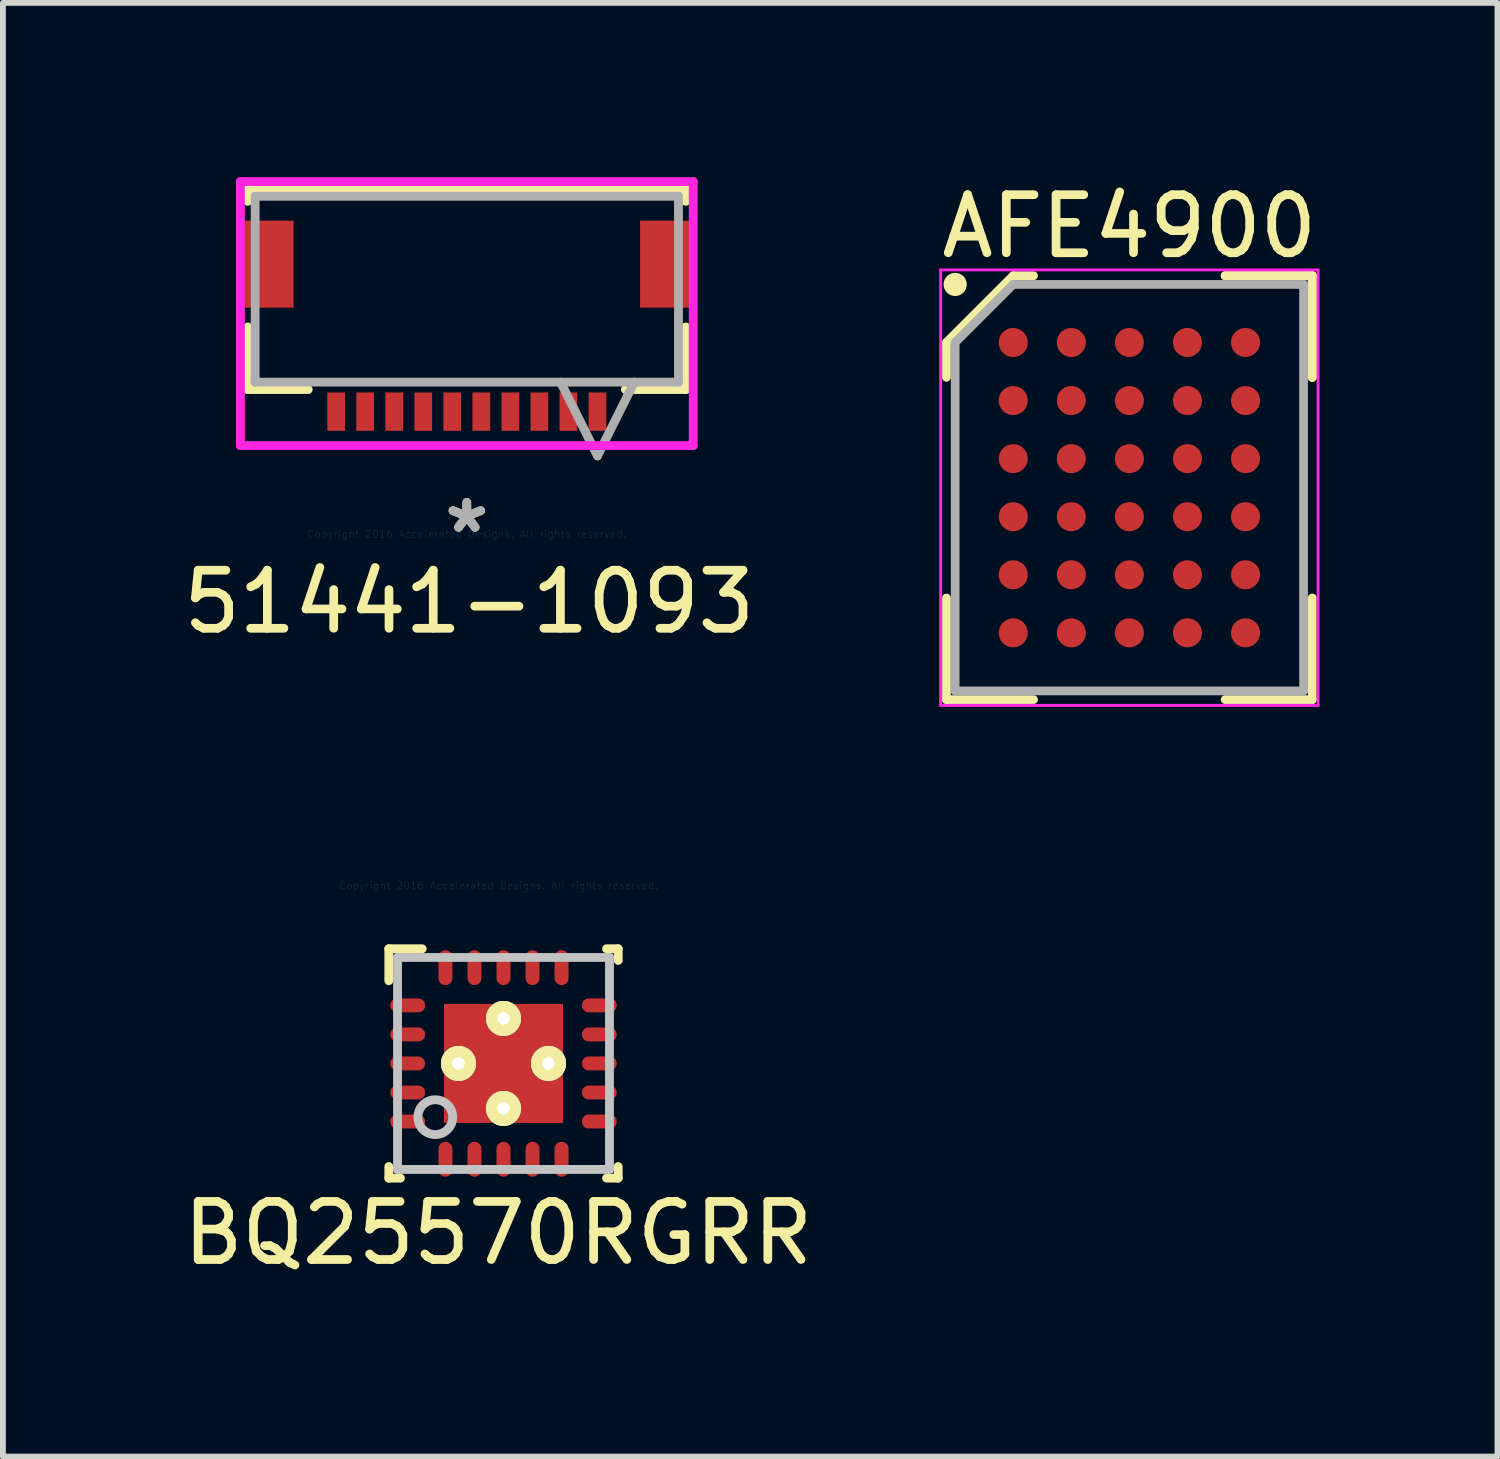
<source format=kicad_pcb>
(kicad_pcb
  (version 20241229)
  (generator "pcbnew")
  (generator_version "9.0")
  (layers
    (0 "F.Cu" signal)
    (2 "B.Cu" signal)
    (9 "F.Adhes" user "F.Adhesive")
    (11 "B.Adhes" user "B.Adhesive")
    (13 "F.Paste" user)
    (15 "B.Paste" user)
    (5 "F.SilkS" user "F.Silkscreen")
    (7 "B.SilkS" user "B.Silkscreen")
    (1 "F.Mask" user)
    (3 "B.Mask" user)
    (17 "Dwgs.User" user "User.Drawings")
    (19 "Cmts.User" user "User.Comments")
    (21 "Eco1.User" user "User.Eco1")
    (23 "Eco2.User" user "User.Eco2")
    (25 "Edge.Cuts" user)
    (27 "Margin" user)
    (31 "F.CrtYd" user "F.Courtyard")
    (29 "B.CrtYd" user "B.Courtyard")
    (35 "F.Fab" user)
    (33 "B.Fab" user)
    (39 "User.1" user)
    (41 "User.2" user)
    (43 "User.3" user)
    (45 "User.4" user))
  (footprint "51441-1093"
    (layer "F.Cu")
    (at 4.989 6.147)
    (property "Reference" "51441-1093" (at 0.041 1.168 0) (layer "F.SilkS") (effects (font (size 1 1) (thickness 0.15))))
    (attr through_hole)
    (fp_line (start -3.772 -5.944) (end -3.772 -5.73) (stroke (width 0.152) (type solid)) (layer "F.SilkS"))
    (fp_line (start -3.772 -3.566) (end -3.772 -2.489) (stroke (width 0.152) (type solid)) (layer "F.SilkS"))
    (fp_line (start -3.772 -2.489) (end -2.731 -2.489) (stroke (width 0.152) (type solid)) (layer "F.SilkS"))
    (fp_line (start 2.731 -2.489) (end 3.772 -2.489) (stroke (width 0.152) (type solid)) (layer "F.SilkS"))
    (fp_line (start 3.772 -5.944) (end -3.772 -5.944) (stroke (width 0.152) (type solid)) (layer "F.SilkS"))
    (fp_line (start 3.772 -5.73) (end 3.772 -5.944) (stroke (width 0.152) (type solid)) (layer "F.SilkS"))
    (fp_line (start 3.772 -2.489) (end 3.772 -3.566) (stroke (width 0.152) (type solid)) (layer "F.SilkS"))
    (fp_line (start -3.899 -6.071) (end -3.899 -1.524) (stroke (width 0.152) (type solid)) (layer "F.CrtYd"))
    (fp_line (start -3.899 -1.524) (end 3.899 -1.524) (stroke (width 0.152) (type solid)) (layer "F.CrtYd"))
    (fp_line (start 3.899 -6.071) (end -3.899 -6.071) (stroke (width 0.152) (type solid)) (layer "F.CrtYd"))
    (fp_line (start 3.899 -1.524) (end 3.899 -6.071) (stroke (width 0.152) (type solid)) (layer "F.CrtYd"))
    (fp_line (start -3.645 -5.817) (end -3.645 -2.616) (stroke (width 0.152) (type solid)) (layer "F.Fab"))
    (fp_line (start -3.645 -2.616) (end 3.645 -2.616) (stroke (width 0.152) (type solid)) (layer "F.Fab"))
    (fp_line (start 1.615 -2.616) (end 2.25 -1.346) (stroke (width 0.152) (type solid)) (layer "F.Fab"))
    (fp_line (start 2.885 -2.616) (end 2.25 -1.346) (stroke (width 0.152) (type solid)) (layer "F.Fab"))
    (fp_line (start 3.645 -5.817) (end -3.645 -5.817) (stroke (width 0.152) (type solid)) (layer "F.Fab"))
    (fp_line (start 3.645 -2.616) (end 3.645 -5.817) (stroke (width 0.152) (type solid)) (layer "F.Fab"))
    (fp_text user "*" (at 0 0 0) (layer "F.SilkS") (effects (font (size 1 1) (thickness 0.15))))
    (fp_text user "Copyright 2016 Accelerated Designs. All rights reserved." (at 0 0 0) (layer "Cmts.User") (effects (font (size 0.127 0.127) (thickness 0.002))))
    (fp_text user "*" (at 0 0 0) (layer "F.Fab") (effects (font (size 1 1) (thickness 0.15))))
    (pad "1" smd rect (at 2.25 -2.108 90) (size 0.66 0.305) (layers "F.Cu" "F.Mask" "F.Paste"))
    (pad "2" smd rect (at 1.75 -2.108 90) (size 0.66 0.305) (layers "F.Cu" "F.Mask" "F.Paste"))
    (pad "3" smd rect (at 1.25 -2.108 90) (size 0.66 0.305) (layers "F.Cu" "F.Mask" "F.Paste"))
    (pad "4" smd rect (at 0.75 -2.108 90) (size 0.66 0.305) (layers "F.Cu" "F.Mask" "F.Paste"))
    (pad "5" smd rect (at 0.25 -2.108 90) (size 0.66 0.305) (layers "F.Cu" "F.Mask" "F.Paste"))
    (pad "6" smd rect (at -0.25 -2.108 90) (size 0.66 0.305) (layers "F.Cu" "F.Mask" "F.Paste"))
    (pad "7" smd rect (at -0.75 -2.108 90) (size 0.66 0.305) (layers "F.Cu" "F.Mask" "F.Paste"))
    (pad "8" smd rect (at -1.25 -2.108 90) (size 0.66 0.305) (layers "F.Cu" "F.Mask" "F.Paste"))
    (pad "9" smd rect (at -1.75 -2.108 90) (size 0.66 0.305) (layers "F.Cu" "F.Mask" "F.Paste"))
    (pad "10" smd rect (at -2.25 -2.108 90) (size 0.66 0.305) (layers "F.Cu" "F.Mask" "F.Paste"))
    (pad "11" smd rect (at -3.416 -4.648) (size 0.864 1.499) (layers "F.Cu" "F.Mask" "F.Paste"))
    (pad "12" smd rect (at 3.416 -4.648) (size 0.864 1.499) (layers "F.Cu" "F.Mask" "F.Paste")))
  (footprint "BQ25570RGRR"
    (layer "F.Cu")
    (at 5.621 15.264)
    (property "Reference" "BQ25570RGRR" (at -0.091 2.921 0) (layer "F.SilkS") (effects (font (size 1 1) (thickness 0.15))))
    (attr through_hole)
    (fp_line (start -1.975 -1.975) (end -1.4 -1.975) (stroke (width 0.152) (type solid)) (layer "F.SilkS"))
    (fp_line (start -1.975 -1.425) (end -1.975 -1.975) (stroke (width 0.152) (type solid)) (layer "F.SilkS"))
    (fp_line (start -1.975 1.975) (end -1.975 1.775) (stroke (width 0.152) (type solid)) (layer "F.SilkS"))
    (fp_line (start -1.975 1.975) (end -1.775 1.975) (stroke (width 0.152) (type solid)) (layer "F.SilkS"))
    (fp_line (start 1.775 -1.975) (end 1.975 -1.975) (stroke (width 0.152) (type solid)) (layer "F.SilkS"))
    (fp_line (start 1.775 1.975) (end 1.975 1.975) (stroke (width 0.152) (type solid)) (layer "F.SilkS"))
    (fp_line (start 1.975 -1.775) (end 1.975 -1.975) (stroke (width 0.152) (type solid)) (layer "F.SilkS"))
    (fp_line (start 1.975 1.975) (end 1.975 1.775) (stroke (width 0.152) (type solid)) (layer "F.SilkS"))
    (fp_line (start -1.825 -1.825) (end 1.825 -1.825) (stroke (width 0.152) (type solid)) (layer "Dwgs.User"))
    (fp_line (start -1.825 1.825) (end -1.825 -1.825) (stroke (width 0.152) (type solid)) (layer "Dwgs.User"))
    (fp_line (start -1.825 1.825) (end 1.825 1.825) (stroke (width 0.152) (type solid)) (layer "Dwgs.User"))
    (fp_line (start 1.825 1.825) (end 1.825 -1.825) (stroke (width 0.152) (type solid)) (layer "Dwgs.User"))
    (fp_circle (center -1.175 0.925) (end -0.875 0.925) (stroke (width 0.152) (type solid)) (fill no) (layer "Dwgs.User"))
    (fp_text user "Copyright 2016 Accelerated Designs. All rights reserved." (at -0.091 -3.063 0) (layer "Cmts.User") (effects (font (size 0.127 0.127) (thickness 0.002))))
    (pad "" smd oval (at -1.65 -1 90) (size 0.037 0.397) (layers "F.Paste"))
    (pad "" smd oval (at -1.65 -1 90) (size 0.342 0.702) (layers "F.Mask"))
    (pad "" smd oval (at -1.65 -0.5 90) (size 0.037 0.397) (layers "F.Paste"))
    (pad "" smd oval (at -1.65 -0.5 90) (size 0.342 0.702) (layers "F.Mask"))
    (pad "" smd oval (at -1.65 0 90) (size 0.037 0.397) (layers "F.Paste"))
    (pad "" smd oval (at -1.65 0 90) (size 0.342 0.702) (layers "F.Mask"))
    (pad "" smd oval (at -1.65 0.5 90) (size 0.037 0.397) (layers "F.Paste"))
    (pad "" smd oval (at -1.65 0.5 90) (size 0.342 0.702) (layers "F.Mask"))
    (pad "" smd oval (at -1.65 1 90) (size 0.037 0.397) (layers "F.Paste"))
    (pad "" smd oval (at -1.65 1 90) (size 0.342 0.702) (layers "F.Mask"))
    (pad "" smd oval (at -1 -1.65) (size 0.037 0.397) (layers "F.Paste"))
    (pad "" smd oval (at -1 -1.65) (size 0.342 0.702) (layers "F.Mask"))
    (pad "" smd oval (at -1 1.65) (size 0.037 0.397) (layers "F.Paste"))
    (pad "" smd oval (at -1 1.65) (size 0.342 0.702) (layers "F.Mask"))
    (pad "" thru_hole circle (at -0.775 0) (size 0.602 0.602) (drill 0.203) (layers "*.Mask" "F.SilkS"))
    (pad "" thru_hole circle (at -0.775 0) (size 0.602 0.602) (drill 0.203) (layers "*.Mask" "F.SilkS"))
    (pad "" smd oval (at -0.5 -1.65) (size 0.037 0.397) (layers "F.Paste"))
    (pad "" smd oval (at -0.5 -1.65) (size 0.342 0.702) (layers "F.Mask"))
    (pad "" smd oval (at -0.5 1.65) (size 0.037 0.397) (layers "F.Paste"))
    (pad "" smd oval (at -0.5 1.65) (size 0.342 0.702) (layers "F.Mask"))
    (pad "" smd oval (at 0 -1.65) (size 0.037 0.397) (layers "F.Paste"))
    (pad "" smd oval (at 0 -1.65) (size 0.342 0.702) (layers "F.Mask"))
    (pad "" thru_hole circle (at 0 -0.775) (size 0.602 0.602) (drill 0.203) (layers "*.Mask" "F.SilkS"))
    (pad "" thru_hole circle (at 0 -0.775) (size 0.602 0.602) (drill 0.203) (layers "*.Mask" "F.SilkS"))
    (pad "" smd rect (at 0 0) (size 0.000003 0.000003) (layers "F.Paste"))
    (pad "" smd rect (at 0 0) (size 2.152 2.152) (layers "F.Mask"))
    (pad "" thru_hole circle (at 0 0.775) (size 0.602 0.602) (drill 0.203) (layers "*.Mask" "F.SilkS"))
    (pad "" thru_hole circle (at 0 0.775) (size 0.602 0.602) (drill 0.203) (layers "*.Mask" "F.SilkS"))
    (pad "" smd oval (at 0 1.65) (size 0.037 0.397) (layers "F.Paste"))
    (pad "" smd oval (at 0 1.65) (size 0.342 0.702) (layers "F.Mask"))
    (pad "" smd oval (at 0.5 -1.65) (size 0.037 0.397) (layers "F.Paste"))
    (pad "" smd oval (at 0.5 -1.65) (size 0.342 0.702) (layers "F.Mask"))
    (pad "" smd oval (at 0.5 1.65) (size 0.037 0.397) (layers "F.Paste"))
    (pad "" smd oval (at 0.5 1.65) (size 0.342 0.702) (layers "F.Mask"))
    (pad "" thru_hole circle (at 0.775 0) (size 0.602 0.602) (drill 0.203) (layers "*.Mask" "F.SilkS"))
    (pad "" thru_hole circle (at 0.775 0) (size 0.602 0.602) (drill 0.203) (layers "*.Mask" "F.SilkS"))
    (pad "" smd oval (at 1 -1.65) (size 0.037 0.397) (layers "F.Paste"))
    (pad "" smd oval (at 1 -1.65) (size 0.342 0.702) (layers "F.Mask"))
    (pad "" smd oval (at 1 1.65) (size 0.037 0.397) (layers "F.Paste"))
    (pad "" smd oval (at 1 1.65) (size 0.342 0.702) (layers "F.Mask"))
    (pad "" smd oval (at 1.65 -1 90) (size 0.037 0.397) (layers "F.Paste"))
    (pad "" smd oval (at 1.65 -1 90) (size 0.342 0.702) (layers "F.Mask"))
    (pad "" smd oval (at 1.65 -0.5 90) (size 0.037 0.397) (layers "F.Paste"))
    (pad "" smd oval (at 1.65 -0.5 90) (size 0.342 0.702) (layers "F.Mask"))
    (pad "" smd oval (at 1.65 0 90) (size 0.037 0.397) (layers "F.Paste"))
    (pad "" smd oval (at 1.65 0 90) (size 0.342 0.702) (layers "F.Mask"))
    (pad "" smd oval (at 1.65 0.5 90) (size 0.037 0.397) (layers "F.Paste"))
    (pad "" smd oval (at 1.65 0.5 90) (size 0.342 0.702) (layers "F.Mask"))
    (pad "" smd oval (at 1.65 1 90) (size 0.037 0.397) (layers "F.Paste"))
    (pad "" smd oval (at 1.65 1 90) (size 0.342 0.702) (layers "F.Mask"))
    (pad "1" smd oval (at -1.65 -1 90) (size 0.24 0.6) (layers "F.Cu"))
    (pad "2" smd oval (at -1.65 -0.5 90) (size 0.24 0.6) (layers "F.Cu"))
    (pad "3" smd oval (at -1.65 0 90) (size 0.24 0.6) (layers "F.Cu"))
    (pad "4" smd oval (at -1.65 0.5 90) (size 0.24 0.6) (layers "F.Cu"))
    (pad "5" smd oval (at -1.65 1 90) (size 0.24 0.6) (layers "F.Cu"))
    (pad "6" smd oval (at -1 1.65) (size 0.24 0.6) (layers "F.Cu"))
    (pad "7" smd oval (at -0.5 1.65) (size 0.24 0.6) (layers "F.Cu"))
    (pad "8" smd oval (at 0 1.65) (size 0.24 0.6) (layers "F.Cu"))
    (pad "9" smd oval (at 0.5 1.65) (size 0.24 0.6) (layers "F.Cu"))
    (pad "10" smd oval (at 1 1.65) (size 0.24 0.6) (layers "F.Cu"))
    (pad "11" smd oval (at 1.65 1 90) (size 0.24 0.6) (layers "F.Cu"))
    (pad "12" smd oval (at 1.65 0.5 90) (size 0.24 0.6) (layers "F.Cu"))
    (pad "13" smd oval (at 1.65 0 90) (size 0.24 0.6) (layers "F.Cu"))
    (pad "14" smd oval (at 1.65 -0.5 90) (size 0.24 0.6) (layers "F.Cu"))
    (pad "15" smd oval (at 1.65 -1 90) (size 0.24 0.6) (layers "F.Cu"))
    (pad "16" smd oval (at 1 -1.65) (size 0.24 0.6) (layers "F.Cu"))
    (pad "17" smd oval (at 0.5 -1.65) (size 0.24 0.6) (layers "F.Cu"))
    (pad "18" smd oval (at 0 -1.65) (size 0.24 0.6) (layers "F.Cu"))
    (pad "19" smd oval (at -0.5 -1.65) (size 0.24 0.6) (layers "F.Cu"))
    (pad "20" smd oval (at -1 -1.65) (size 0.24 0.6) (layers "F.Cu"))
    (pad "21" smd rect (at 0 0) (size 2.05 2.05) (layers "F.Cu"))
    (pad "V" thru_hole circle (at -0.775 0) (size 0.5 0.5) (drill 0.203) (layers "*.Cu" "F.SilkS"))
    (pad "V" thru_hole circle (at -0.775 0) (size 0.5 0.5) (drill 0.203) (layers "*.Cu" "F.SilkS"))
    (pad "V" thru_hole circle (at 0 -0.775) (size 0.5 0.5) (drill 0.203) (layers "*.Cu" "F.SilkS"))
    (pad "V" thru_hole circle (at 0 -0.775) (size 0.5 0.5) (drill 0.203) (layers "*.Cu" "F.SilkS"))
    (pad "V" thru_hole circle (at 0 0.775) (size 0.5 0.5) (drill 0.203) (layers "*.Cu" "F.SilkS"))
    (pad "V" thru_hole circle (at 0 0.775) (size 0.5 0.5) (drill 0.203) (layers "*.Cu" "F.SilkS"))
    (pad "V" thru_hole circle (at 0.775 0) (size 0.5 0.5) (drill 0.203) (layers "*.Cu" "F.SilkS"))
    (pad "V" thru_hole circle (at 0.775 0) (size 0.5 0.5) (drill 0.203) (layers "*.Cu" "F.SilkS")))
  (footprint "AFE4900"
    (layer "F.Cu")
    (at 16.399 5.348)
    (property "Reference" "AFE4900" (at 0 -4.5 0) (layer "F.SilkS") (effects (font (size 1 1) (thickness 0.15))))
    (attr smd)
    (fp_line (start -3.15 -2.5) (end -3.15 -1.9) (stroke (width 0.15) (type solid)) (layer "F.SilkS"))
    (fp_line (start -3.15 3.65) (end -3.15 1.9) (stroke (width 0.15) (type solid)) (layer "F.SilkS"))
    (fp_line (start -2 -3.65) (end -3.15 -2.5) (stroke (width 0.15) (type solid)) (layer "F.SilkS"))
    (fp_line (start -1.65 -3.65) (end -2 -3.65) (stroke (width 0.15) (type solid)) (layer "F.SilkS"))
    (fp_line (start -1.65 3.65) (end -3.15 3.65) (stroke (width 0.15) (type solid)) (layer "F.SilkS"))
    (fp_line (start 1.65 -3.65) (end 3.15 -3.65) (stroke (width 0.15) (type solid)) (layer "F.SilkS"))
    (fp_line (start 1.65 -3.65) (end 3.15 -3.65) (stroke (width 0.15) (type solid)) (layer "F.SilkS"))
    (fp_line (start 1.65 -3.65) (end 3.15 -3.65) (stroke (width 0.15) (type solid)) (layer "F.SilkS"))
    (fp_line (start 1.65 3.65) (end 3.15 3.65) (stroke (width 0.15) (type solid)) (layer "F.SilkS"))
    (fp_line (start 3.15 -3.65) (end 3.15 -1.9) (stroke (width 0.15) (type solid)) (layer "F.SilkS"))
    (fp_line (start 3.15 -3.65) (end 3.15 -1.9) (stroke (width 0.15) (type solid)) (layer "F.SilkS"))
    (fp_line (start 3.15 -3.65) (end 3.15 -1.9) (stroke (width 0.15) (type solid)) (layer "F.SilkS"))
    (fp_line (start 3.15 3.65) (end 3.15 1.9) (stroke (width 0.15) (type solid)) (layer "F.SilkS"))
    (fp_circle (center -3 -3.5) (end -3 -3.4) (stroke (width 0.2) (type solid)) (fill no) (layer "F.SilkS"))
    (fp_line (start -3.25 -3.75) (end 3.25 -3.75) (stroke (width 0.05) (type solid)) (layer "F.CrtYd"))
    (fp_line (start -3.25 3.75) (end -3.25 -3.75) (stroke (width 0.05) (type solid)) (layer "F.CrtYd"))
    (fp_line (start 3.25 -3.75) (end 3.25 3.75) (stroke (width 0.05) (type solid)) (layer "F.CrtYd"))
    (fp_line (start 3.25 3.75) (end -3.25 3.75) (stroke (width 0.05) (type solid)) (layer "F.CrtYd"))
    (fp_line (start -3 -2.5) (end -3 3.5) (stroke (width 0.15) (type solid)) (layer "F.Fab"))
    (fp_line (start -3 3.5) (end 3 3.5) (stroke (width 0.15) (type solid)) (layer "F.Fab"))
    (fp_line (start -2 -3.5) (end -3 -2.5) (stroke (width 0.15) (type solid)) (layer "F.Fab"))
    (fp_line (start 3 -3.5) (end -2 -3.5) (stroke (width 0.15) (type solid)) (layer "F.Fab"))
    (fp_line (start 3 3.5) (end 3 -3.5) (stroke (width 0.15) (type solid)) (layer "F.Fab"))
    (pad "A1" smd circle (at -2 -2.5) (size 0.5 0.5) (layers "F.Cu" "F.Mask" "F.Paste"))
    (pad "A2" smd circle (at -1 -2.5) (size 0.5 0.5) (layers "F.Cu" "F.Mask" "F.Paste"))
    (pad "A3" smd circle (at 0 -2.5) (size 0.5 0.5) (layers "F.Cu" "F.Mask" "F.Paste"))
    (pad "A4" smd circle (at 1 -2.5) (size 0.5 0.5) (layers "F.Cu" "F.Mask" "F.Paste"))
    (pad "A5" smd circle (at 2 -2.5) (size 0.5 0.5) (layers "F.Cu" "F.Mask" "F.Paste"))
    (pad "B1" smd circle (at -2 -1.5) (size 0.5 0.5) (layers "F.Cu" "F.Mask" "F.Paste"))
    (pad "B2" smd circle (at -1 -1.5) (size 0.5 0.5) (layers "F.Cu" "F.Mask" "F.Paste"))
    (pad "B3" smd circle (at 0 -1.5) (size 0.5 0.5) (layers "F.Cu" "F.Mask" "F.Paste"))
    (pad "B4" smd circle (at 1 -1.5) (size 0.5 0.5) (layers "F.Cu" "F.Mask" "F.Paste"))
    (pad "B5" smd circle (at 2 -1.5) (size 0.5 0.5) (layers "F.Cu" "F.Mask" "F.Paste"))
    (pad "C1" smd circle (at -2 -0.5) (size 0.5 0.5) (layers "F.Cu" "F.Mask" "F.Paste"))
    (pad "C2" smd circle (at -1 -0.5) (size 0.5 0.5) (layers "F.Cu" "F.Mask" "F.Paste"))
    (pad "C3" smd circle (at 0 -0.5) (size 0.5 0.5) (layers "F.Cu" "F.Mask" "F.Paste"))
    (pad "C4" smd circle (at 1 -0.5) (size 0.5 0.5) (layers "F.Cu" "F.Mask" "F.Paste"))
    (pad "C5" smd circle (at 2 -0.5) (size 0.5 0.5) (layers "F.Cu" "F.Mask" "F.Paste"))
    (pad "D1" smd circle (at -2 0.5) (size 0.5 0.5) (layers "F.Cu" "F.Mask" "F.Paste"))
    (pad "D2" smd circle (at -1 0.5) (size 0.5 0.5) (layers "F.Cu" "F.Mask" "F.Paste"))
    (pad "D3" smd circle (at 0 0.5) (size 0.5 0.5) (layers "F.Cu" "F.Mask" "F.Paste"))
    (pad "D4" smd circle (at 1 0.5) (size 0.5 0.5) (layers "F.Cu" "F.Mask" "F.Paste"))
    (pad "D5" smd circle (at 2 0.5) (size 0.5 0.5) (layers "F.Cu" "F.Mask" "F.Paste"))
    (pad "E1" smd circle (at -2 1.5) (size 0.5 0.5) (layers "F.Cu" "F.Mask" "F.Paste"))
    (pad "E2" smd circle (at -1 1.5) (size 0.5 0.5) (layers "F.Cu" "F.Mask" "F.Paste"))
    (pad "E3" smd circle (at 0 1.5) (size 0.5 0.5) (layers "F.Cu" "F.Mask" "F.Paste"))
    (pad "E4" smd circle (at 1 1.5) (size 0.5 0.5) (layers "F.Cu" "F.Mask" "F.Paste"))
    (pad "E5" smd circle (at 2 1.5) (size 0.5 0.5) (layers "F.Cu" "F.Mask" "F.Paste"))
    (pad "F1" smd circle (at -2 2.5) (size 0.5 0.5) (layers "F.Cu" "F.Mask" "F.Paste"))
    (pad "F2" smd circle (at -1 2.5) (size 0.5 0.5) (layers "F.Cu" "F.Mask" "F.Paste"))
    (pad "F3" smd circle (at 0 2.5) (size 0.5 0.5) (layers "F.Cu" "F.Mask" "F.Paste"))
    (pad "F4" smd circle (at 1 2.5) (size 0.5 0.5) (layers "F.Cu" "F.Mask" "F.Paste"))
    (pad "F5" smd circle (at 2 2.5) (size 0.5 0.5) (layers "F.Cu" "F.Mask" "F.Paste")))
  (gr_rect
    (start -3 -3)
    (end 22.738 22.034)
    (stroke (width 0.1) (type default))
    (fill no)
    (layer "Edge.Cuts")))
</source>
